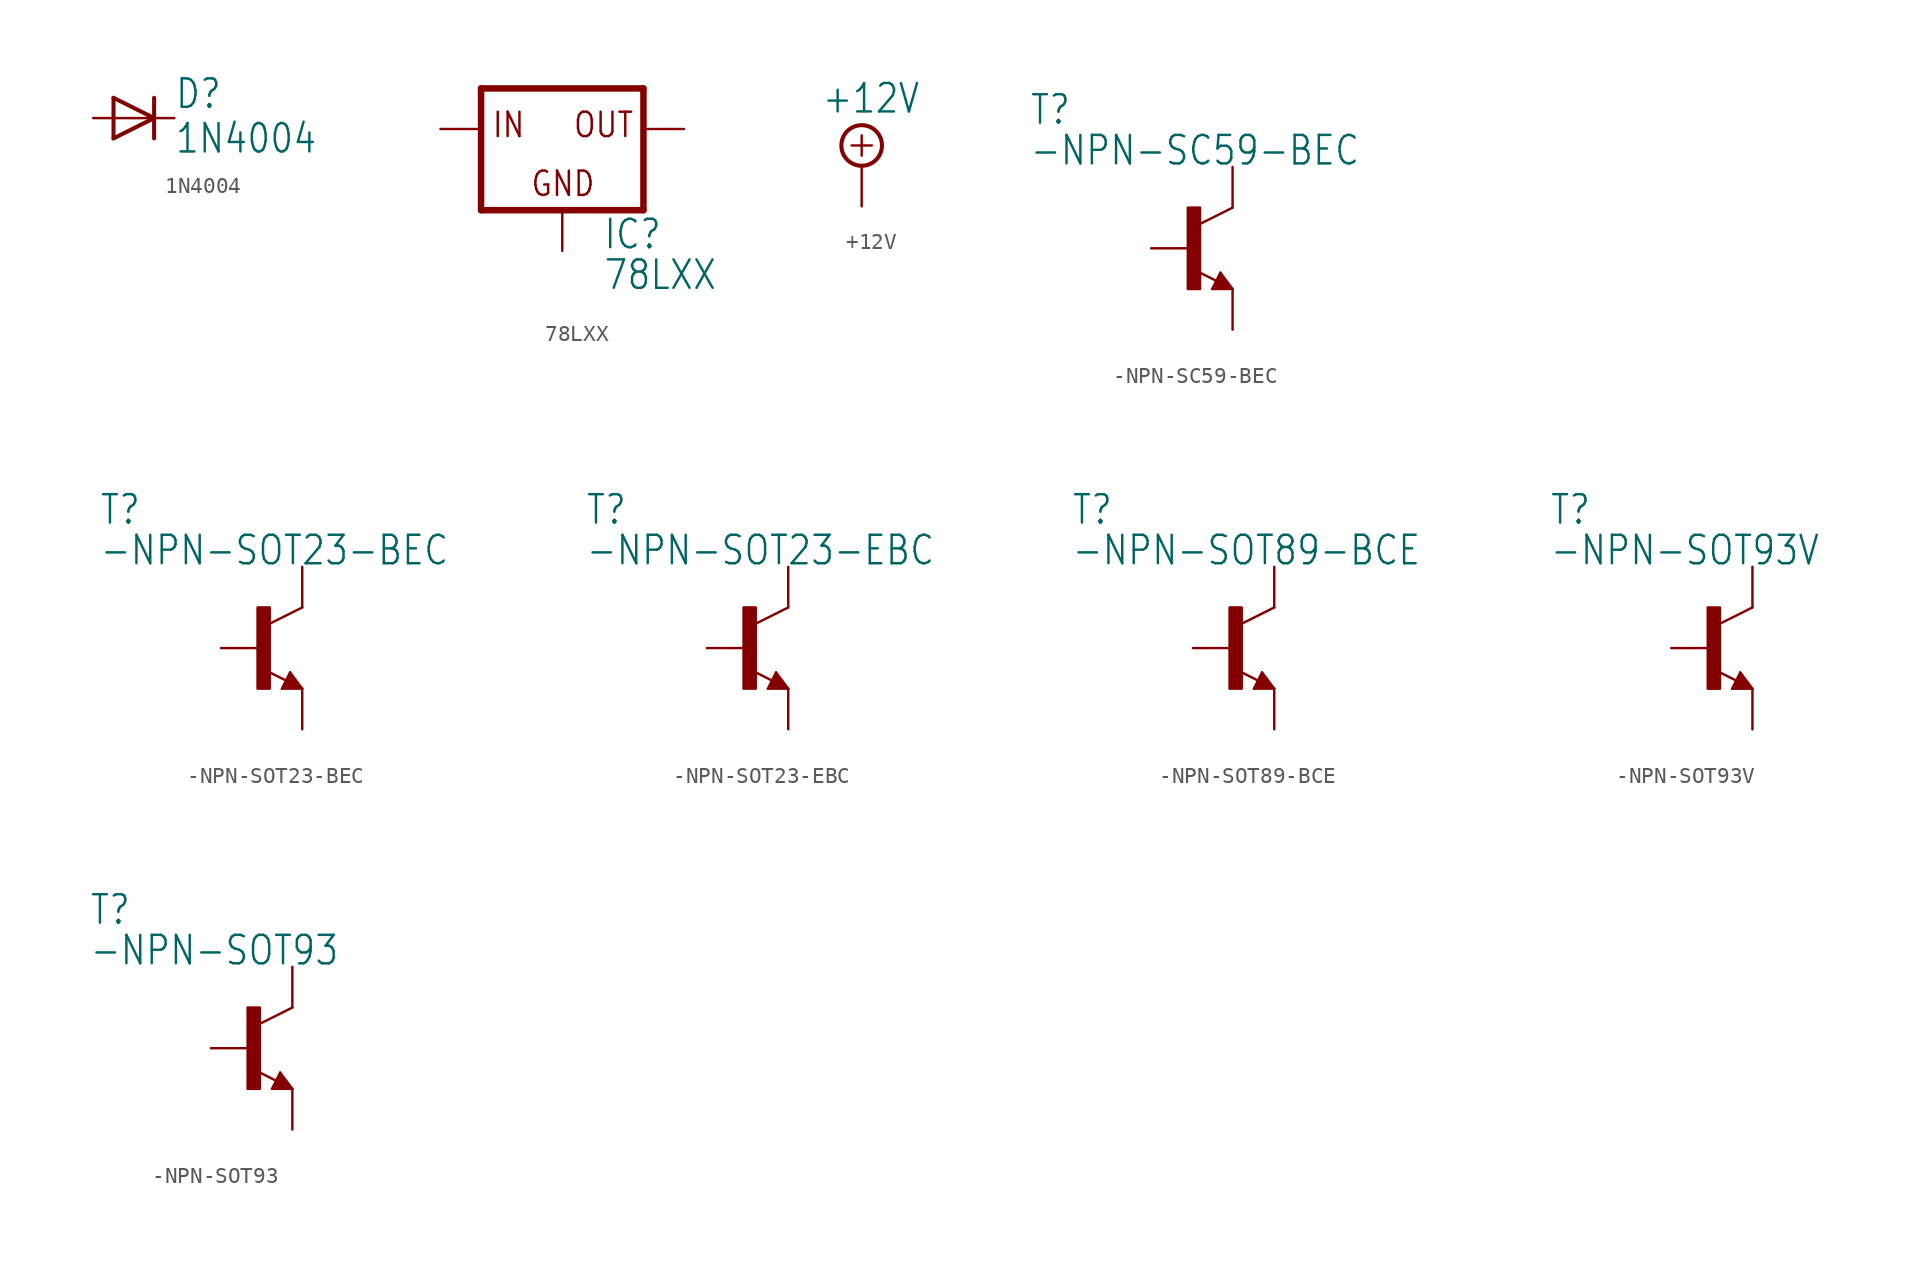
<source format=kicad_sym>
(kicad_symbol_lib
  (version 20211014)
  (generator kicad_symbol_editor)
  (symbol "1N4004"
    (property "Reference" "D"
      (at 2.54 0.483 0)
      (effects (font (size 1.778 1.511)) (justify left bottom)))
    (property "Value" "1N4004"
      (at 2.54 -2.311 0)
      (effects (font (size 1.778 1.511)) (justify left bottom)))
    (property "ki_locked" ""
      (at 0 0 0)
      (effects (font (size 1.27 1.27))))
    (symbol "1N4004_1_0"
      (polyline (pts (xy -1.27 -1.27) (xy 1.27 0)) (stroke (width 0.254) (type default) (color 0 0 0 0)) (fill (type none)))
      (polyline (pts (xy -1.27 1.27) (xy -1.27 -1.27)) (stroke (width 0.254) (type default) (color 0 0 0 0)) (fill (type none)))
      (polyline (pts (xy 1.27 0) (xy -1.27 1.27)) (stroke (width 0.254) (type default) (color 0 0 0 0)) (fill (type none)))
      (polyline (pts (xy 1.27 0) (xy 1.27 -1.27)) (stroke (width 0.254) (type default) (color 0 0 0 0)) (fill (type none)))
      (polyline (pts (xy 1.27 1.27) (xy 1.27 0)) (stroke (width 0.254) (type default) (color 0 0 0 0)) (fill (type none)))
      (pin passive line (at -2.54 0 0) (length 2.54) (name "A" (effects (font (size 0 0)))) (number "A" (effects (font (size 0 0)))))
      (pin passive line (at 2.54 0 180) (length 2.54) (name "C" (effects (font (size 0 0)))) (number "C" (effects (font (size 0 0)))))))
  (symbol "78LXX"
    (property "Reference" "IC"
      (at 2.54 -7.62 0)
      (effects (font (size 1.778 1.511)) (justify left bottom)))
    (property "Value" "78LXX"
      (at 2.54 -10.16 0)
      (effects (font (size 1.778 1.511)) (justify left bottom)))
    (property "ki_locked" ""
      (at 0 0 0)
      (effects (font (size 1.27 1.27))))
    (symbol "78LXX_1_0"
      (polyline (pts (xy -5.08 -5.08) (xy 5.08 -5.08)) (stroke (width 0.406) (type default) (color 0 0 0 0)) (fill (type none)))
      (polyline (pts (xy -5.08 2.54) (xy -5.08 -5.08)) (stroke (width 0.406) (type default) (color 0 0 0 0)) (fill (type none)))
      (polyline (pts (xy 5.08 -5.08) (xy 5.08 2.54)) (stroke (width 0.406) (type default) (color 0 0 0 0)) (fill (type none)))
      (polyline (pts (xy 5.08 2.54) (xy -5.08 2.54)) (stroke (width 0.406) (type default) (color 0 0 0 0)) (fill (type none)))
      (text "GND" (at -2.032 -4.318 0) (effects (font (size 1.524 1.295)) (justify left bottom)))
      (text "IN" (at -4.445 -0.635 0) (effects (font (size 1.524 1.295)) (justify left bottom)))
      (text "OUT" (at 0.635 -0.635 0) (effects (font (size 1.524 1.295)) (justify left bottom)))
      (pin input line (at 0 -7.62 90) (length 2.54) (name "GND" (effects (font (size 0 0)))) (number "GND" (effects (font (size 0 0)))))
      (pin input line (at -7.62 0 0) (length 2.54) (name "IN" (effects (font (size 0 0)))) (number "IN" (effects (font (size 0 0)))))
      (pin passive line (at 7.62 0 180) (length 2.54) (name "OUT" (effects (font (size 0 0)))) (number "OUT" (effects (font (size 0 0)))))))
  (symbol "+12V"
    (power)
    (property "Reference" "#SUPPLY"
      (at 0 0 0)
      (effects (font (size 1.27 1.27)) hide))
    (property "Value" "+12V"
      (at -2.54 3.175 0)
      (effects (font (size 1.778 1.511)) (justify left bottom)))
    (property "ki_locked" ""
      (at 0 0 0)
      (effects (font (size 1.27 1.27))))
    (symbol "+12V_1_0"
      (polyline (pts (xy -0.635 1.27) (xy 0.635 1.27)) (stroke (width 0.152) (type default) (color 0 0 0 0)) (fill (type none)))
      (polyline (pts (xy 0 1.905) (xy 0 0.635)) (stroke (width 0.152) (type default) (color 0 0 0 0)) (fill (type none)))
      (circle (center 0 1.27) (radius 1.27) (stroke (width 0.254) (type default) (color 0 0 0 0)) (fill (type none)))
      (pin power_in line (at 0 -2.54 90) (length 2.54) (name "+12V" (effects (font (size 0 0)))) (number "1" (effects (font (size 0 0)))))))
  (symbol "-NPN-SC59-BEC"
    (property "Reference" "T"
      (at -10.16 7.62 0)
      (effects (font (size 1.778 1.511)) (justify left bottom)))
    (property "Value" "-NPN-SC59-BEC"
      (at -10.16 5.08 0)
      (effects (font (size 1.778 1.511)) (justify left bottom)))
    (property "ki_locked" ""
      (at 0 0 0)
      (effects (font (size 1.27 1.27))))
    (symbol "-NPN-SC59-BEC_1_0"
      (rectangle (start -0.254 -2.54) (end 0.508 2.54) (stroke (width 0) (type default) (color 0 0 0 0)) (fill (type outline)))
      (polyline (pts (xy 1.27 -2.54) (xy 1.778 -1.524)) (stroke (width 0.152) (type default) (color 0 0 0 0)) (fill (type none)))
      (polyline (pts (xy 1.524 -2.413) (xy 2.286 -2.413)) (stroke (width 0.254) (type default) (color 0 0 0 0)) (fill (type none)))
      (polyline (pts (xy 1.524 -2.286) (xy 1.905 -2.286)) (stroke (width 0.254) (type default) (color 0 0 0 0)) (fill (type none)))
      (polyline (pts (xy 1.54 -2.04) (xy 0.308 -1.424)) (stroke (width 0.152) (type default) (color 0 0 0 0)) (fill (type none)))
      (polyline (pts (xy 1.778 -1.778) (xy 1.524 -2.286)) (stroke (width 0.254) (type default) (color 0 0 0 0)) (fill (type none)))
      (polyline (pts (xy 1.778 -1.524) (xy 2.54 -2.54)) (stroke (width 0.152) (type default) (color 0 0 0 0)) (fill (type none)))
      (polyline (pts (xy 1.905 -2.286) (xy 1.778 -2.032)) (stroke (width 0.254) (type default) (color 0 0 0 0)) (fill (type none)))
      (polyline (pts (xy 2.286 -2.413) (xy 1.778 -1.778)) (stroke (width 0.254) (type default) (color 0 0 0 0)) (fill (type none)))
      (polyline (pts (xy 2.54 -2.54) (xy 1.27 -2.54)) (stroke (width 0.152) (type default) (color 0 0 0 0)) (fill (type none)))
      (polyline (pts (xy 2.54 2.54) (xy 0.508 1.524)) (stroke (width 0.152) (type default) (color 0 0 0 0)) (fill (type none)))
      (pin passive line (at -2.54 0 0) (length 2.54) (name "B" (effects (font (size 0 0)))) (number "B" (effects (font (size 0 0)))))
      (pin passive line (at 2.54 5.08 270) (length 2.54) (name "C" (effects (font (size 0 0)))) (number "C" (effects (font (size 0 0)))))
      (pin passive line (at 2.54 -5.08 90) (length 2.54) (name "E" (effects (font (size 0 0)))) (number "E" (effects (font (size 0 0)))))))
  (symbol "-NPN-SOT23-BEC"
    (property "Reference" "T"
      (at -10.16 7.62 0)
      (effects (font (size 1.778 1.511)) (justify left bottom)))
    (property "Value" "-NPN-SOT23-BEC"
      (at -10.16 5.08 0)
      (effects (font (size 1.778 1.511)) (justify left bottom)))
    (property "ki_locked" ""
      (at 0 0 0)
      (effects (font (size 1.27 1.27))))
    (symbol "-NPN-SOT23-BEC_1_0"
      (rectangle (start -0.254 -2.54) (end 0.508 2.54) (stroke (width 0) (type default) (color 0 0 0 0)) (fill (type outline)))
      (polyline (pts (xy 1.27 -2.54) (xy 1.778 -1.524)) (stroke (width 0.152) (type default) (color 0 0 0 0)) (fill (type none)))
      (polyline (pts (xy 1.524 -2.413) (xy 2.286 -2.413)) (stroke (width 0.254) (type default) (color 0 0 0 0)) (fill (type none)))
      (polyline (pts (xy 1.524 -2.286) (xy 1.905 -2.286)) (stroke (width 0.254) (type default) (color 0 0 0 0)) (fill (type none)))
      (polyline (pts (xy 1.54 -2.04) (xy 0.308 -1.424)) (stroke (width 0.152) (type default) (color 0 0 0 0)) (fill (type none)))
      (polyline (pts (xy 1.778 -1.778) (xy 1.524 -2.286)) (stroke (width 0.254) (type default) (color 0 0 0 0)) (fill (type none)))
      (polyline (pts (xy 1.778 -1.524) (xy 2.54 -2.54)) (stroke (width 0.152) (type default) (color 0 0 0 0)) (fill (type none)))
      (polyline (pts (xy 1.905 -2.286) (xy 1.778 -2.032)) (stroke (width 0.254) (type default) (color 0 0 0 0)) (fill (type none)))
      (polyline (pts (xy 2.286 -2.413) (xy 1.778 -1.778)) (stroke (width 0.254) (type default) (color 0 0 0 0)) (fill (type none)))
      (polyline (pts (xy 2.54 -2.54) (xy 1.27 -2.54)) (stroke (width 0.152) (type default) (color 0 0 0 0)) (fill (type none)))
      (polyline (pts (xy 2.54 2.54) (xy 0.508 1.524)) (stroke (width 0.152) (type default) (color 0 0 0 0)) (fill (type none)))
      (pin passive line (at -2.54 0 0) (length 2.54) (name "B" (effects (font (size 0 0)))) (number "B" (effects (font (size 0 0)))))
      (pin passive line (at 2.54 5.08 270) (length 2.54) (name "C" (effects (font (size 0 0)))) (number "C" (effects (font (size 0 0)))))
      (pin passive line (at 2.54 -5.08 90) (length 2.54) (name "E" (effects (font (size 0 0)))) (number "E" (effects (font (size 0 0)))))))
  (symbol "-NPN-SOT23-EBC"
    (property "Reference" "T"
      (at -10.16 7.62 0)
      (effects (font (size 1.778 1.511)) (justify left bottom)))
    (property "Value" "-NPN-SOT23-EBC"
      (at -10.16 5.08 0)
      (effects (font (size 1.778 1.511)) (justify left bottom)))
    (property "ki_locked" ""
      (at 0 0 0)
      (effects (font (size 1.27 1.27))))
    (symbol "-NPN-SOT23-EBC_1_0"
      (rectangle (start -0.254 -2.54) (end 0.508 2.54) (stroke (width 0) (type default) (color 0 0 0 0)) (fill (type outline)))
      (polyline (pts (xy 1.27 -2.54) (xy 1.778 -1.524)) (stroke (width 0.152) (type default) (color 0 0 0 0)) (fill (type none)))
      (polyline (pts (xy 1.524 -2.413) (xy 2.286 -2.413)) (stroke (width 0.254) (type default) (color 0 0 0 0)) (fill (type none)))
      (polyline (pts (xy 1.524 -2.286) (xy 1.905 -2.286)) (stroke (width 0.254) (type default) (color 0 0 0 0)) (fill (type none)))
      (polyline (pts (xy 1.54 -2.04) (xy 0.308 -1.424)) (stroke (width 0.152) (type default) (color 0 0 0 0)) (fill (type none)))
      (polyline (pts (xy 1.778 -1.778) (xy 1.524 -2.286)) (stroke (width 0.254) (type default) (color 0 0 0 0)) (fill (type none)))
      (polyline (pts (xy 1.778 -1.524) (xy 2.54 -2.54)) (stroke (width 0.152) (type default) (color 0 0 0 0)) (fill (type none)))
      (polyline (pts (xy 1.905 -2.286) (xy 1.778 -2.032)) (stroke (width 0.254) (type default) (color 0 0 0 0)) (fill (type none)))
      (polyline (pts (xy 2.286 -2.413) (xy 1.778 -1.778)) (stroke (width 0.254) (type default) (color 0 0 0 0)) (fill (type none)))
      (polyline (pts (xy 2.54 -2.54) (xy 1.27 -2.54)) (stroke (width 0.152) (type default) (color 0 0 0 0)) (fill (type none)))
      (polyline (pts (xy 2.54 2.54) (xy 0.508 1.524)) (stroke (width 0.152) (type default) (color 0 0 0 0)) (fill (type none)))
      (pin passive line (at -2.54 0 0) (length 2.54) (name "B" (effects (font (size 0 0)))) (number "B" (effects (font (size 0 0)))))
      (pin passive line (at 2.54 5.08 270) (length 2.54) (name "C" (effects (font (size 0 0)))) (number "C" (effects (font (size 0 0)))))
      (pin passive line (at 2.54 -5.08 90) (length 2.54) (name "E" (effects (font (size 0 0)))) (number "E" (effects (font (size 0 0)))))))
  (symbol "-NPN-SOT89-BCE"
    (property "Reference" "T"
      (at -10.16 7.62 0)
      (effects (font (size 1.778 1.511)) (justify left bottom)))
    (property "Value" "-NPN-SOT89-BCE"
      (at -10.16 5.08 0)
      (effects (font (size 1.778 1.511)) (justify left bottom)))
    (property "ki_locked" ""
      (at 0 0 0)
      (effects (font (size 1.27 1.27))))
    (symbol "-NPN-SOT89-BCE_1_0"
      (rectangle (start -0.254 -2.54) (end 0.508 2.54) (stroke (width 0) (type default) (color 0 0 0 0)) (fill (type outline)))
      (polyline (pts (xy 1.27 -2.54) (xy 1.778 -1.524)) (stroke (width 0.152) (type default) (color 0 0 0 0)) (fill (type none)))
      (polyline (pts (xy 1.524 -2.413) (xy 2.286 -2.413)) (stroke (width 0.254) (type default) (color 0 0 0 0)) (fill (type none)))
      (polyline (pts (xy 1.524 -2.286) (xy 1.905 -2.286)) (stroke (width 0.254) (type default) (color 0 0 0 0)) (fill (type none)))
      (polyline (pts (xy 1.54 -2.04) (xy 0.308 -1.424)) (stroke (width 0.152) (type default) (color 0 0 0 0)) (fill (type none)))
      (polyline (pts (xy 1.778 -1.778) (xy 1.524 -2.286)) (stroke (width 0.254) (type default) (color 0 0 0 0)) (fill (type none)))
      (polyline (pts (xy 1.778 -1.524) (xy 2.54 -2.54)) (stroke (width 0.152) (type default) (color 0 0 0 0)) (fill (type none)))
      (polyline (pts (xy 1.905 -2.286) (xy 1.778 -2.032)) (stroke (width 0.254) (type default) (color 0 0 0 0)) (fill (type none)))
      (polyline (pts (xy 2.286 -2.413) (xy 1.778 -1.778)) (stroke (width 0.254) (type default) (color 0 0 0 0)) (fill (type none)))
      (polyline (pts (xy 2.54 -2.54) (xy 1.27 -2.54)) (stroke (width 0.152) (type default) (color 0 0 0 0)) (fill (type none)))
      (polyline (pts (xy 2.54 2.54) (xy 0.508 1.524)) (stroke (width 0.152) (type default) (color 0 0 0 0)) (fill (type none)))
      (pin passive line (at -2.54 0 0) (length 2.54) (name "B" (effects (font (size 0 0)))) (number "B" (effects (font (size 0 0)))))
      (pin passive line (at 2.54 5.08 270) (length 2.54) (name "C" (effects (font (size 0 0)))) (number "C" (effects (font (size 0 0)))))
      (pin passive line (at 2.54 -5.08 90) (length 2.54) (name "E" (effects (font (size 0 0)))) (number "E" (effects (font (size 0 0)))))))
  (symbol "-NPN-SOT93V"
    (property "Reference" "T"
      (at -10.16 7.62 0)
      (effects (font (size 1.778 1.511)) (justify left bottom)))
    (property "Value" "-NPN-SOT93V"
      (at -10.16 5.08 0)
      (effects (font (size 1.778 1.511)) (justify left bottom)))
    (property "ki_locked" ""
      (at 0 0 0)
      (effects (font (size 1.27 1.27))))
    (symbol "-NPN-SOT93V_1_0"
      (rectangle (start -0.254 -2.54) (end 0.508 2.54) (stroke (width 0) (type default) (color 0 0 0 0)) (fill (type outline)))
      (polyline (pts (xy 1.27 -2.54) (xy 1.778 -1.524)) (stroke (width 0.152) (type default) (color 0 0 0 0)) (fill (type none)))
      (polyline (pts (xy 1.524 -2.413) (xy 2.286 -2.413)) (stroke (width 0.254) (type default) (color 0 0 0 0)) (fill (type none)))
      (polyline (pts (xy 1.524 -2.286) (xy 1.905 -2.286)) (stroke (width 0.254) (type default) (color 0 0 0 0)) (fill (type none)))
      (polyline (pts (xy 1.54 -2.04) (xy 0.308 -1.424)) (stroke (width 0.152) (type default) (color 0 0 0 0)) (fill (type none)))
      (polyline (pts (xy 1.778 -1.778) (xy 1.524 -2.286)) (stroke (width 0.254) (type default) (color 0 0 0 0)) (fill (type none)))
      (polyline (pts (xy 1.778 -1.524) (xy 2.54 -2.54)) (stroke (width 0.152) (type default) (color 0 0 0 0)) (fill (type none)))
      (polyline (pts (xy 1.905 -2.286) (xy 1.778 -2.032)) (stroke (width 0.254) (type default) (color 0 0 0 0)) (fill (type none)))
      (polyline (pts (xy 2.286 -2.413) (xy 1.778 -1.778)) (stroke (width 0.254) (type default) (color 0 0 0 0)) (fill (type none)))
      (polyline (pts (xy 2.54 -2.54) (xy 1.27 -2.54)) (stroke (width 0.152) (type default) (color 0 0 0 0)) (fill (type none)))
      (polyline (pts (xy 2.54 2.54) (xy 0.508 1.524)) (stroke (width 0.152) (type default) (color 0 0 0 0)) (fill (type none)))
      (pin passive line (at -2.54 0 0) (length 2.54) (name "B" (effects (font (size 0 0)))) (number "B" (effects (font (size 0 0)))))
      (pin passive line (at 2.54 5.08 270) (length 2.54) (name "C" (effects (font (size 0 0)))) (number "C" (effects (font (size 0 0)))))
      (pin passive line (at 2.54 -5.08 90) (length 2.54) (name "E" (effects (font (size 0 0)))) (number "E" (effects (font (size 0 0)))))))
  (symbol "-NPN-SOT93"
    (property "Reference" "T"
      (at -10.16 7.62 0)
      (effects (font (size 1.778 1.511)) (justify left bottom)))
    (property "Value" "-NPN-SOT93"
      (at -10.16 5.08 0)
      (effects (font (size 1.778 1.511)) (justify left bottom)))
    (property "ki_locked" ""
      (at 0 0 0)
      (effects (font (size 1.27 1.27))))
    (symbol "-NPN-SOT93_1_0"
      (rectangle (start -0.254 -2.54) (end 0.508 2.54) (stroke (width 0) (type default) (color 0 0 0 0)) (fill (type outline)))
      (polyline (pts (xy 1.27 -2.54) (xy 1.778 -1.524)) (stroke (width 0.152) (type default) (color 0 0 0 0)) (fill (type none)))
      (polyline (pts (xy 1.524 -2.413) (xy 2.286 -2.413)) (stroke (width 0.254) (type default) (color 0 0 0 0)) (fill (type none)))
      (polyline (pts (xy 1.524 -2.286) (xy 1.905 -2.286)) (stroke (width 0.254) (type default) (color 0 0 0 0)) (fill (type none)))
      (polyline (pts (xy 1.54 -2.04) (xy 0.308 -1.424)) (stroke (width 0.152) (type default) (color 0 0 0 0)) (fill (type none)))
      (polyline (pts (xy 1.778 -1.778) (xy 1.524 -2.286)) (stroke (width 0.254) (type default) (color 0 0 0 0)) (fill (type none)))
      (polyline (pts (xy 1.778 -1.524) (xy 2.54 -2.54)) (stroke (width 0.152) (type default) (color 0 0 0 0)) (fill (type none)))
      (polyline (pts (xy 1.905 -2.286) (xy 1.778 -2.032)) (stroke (width 0.254) (type default) (color 0 0 0 0)) (fill (type none)))
      (polyline (pts (xy 2.286 -2.413) (xy 1.778 -1.778)) (stroke (width 0.254) (type default) (color 0 0 0 0)) (fill (type none)))
      (polyline (pts (xy 2.54 -2.54) (xy 1.27 -2.54)) (stroke (width 0.152) (type default) (color 0 0 0 0)) (fill (type none)))
      (polyline (pts (xy 2.54 2.54) (xy 0.508 1.524)) (stroke (width 0.152) (type default) (color 0 0 0 0)) (fill (type none)))
      (pin passive line (at -2.54 0 0) (length 2.54) (name "B" (effects (font (size 0 0)))) (number "B" (effects (font (size 0 0)))))
      (pin passive line (at 2.54 5.08 270) (length 2.54) (name "C" (effects (font (size 0 0)))) (number "C" (effects (font (size 0 0)))))
      (pin passive line (at 2.54 -5.08 90) (length 2.54) (name "E" (effects (font (size 0 0)))) (number "E" (effects (font (size 0 0))))))))
</source>
